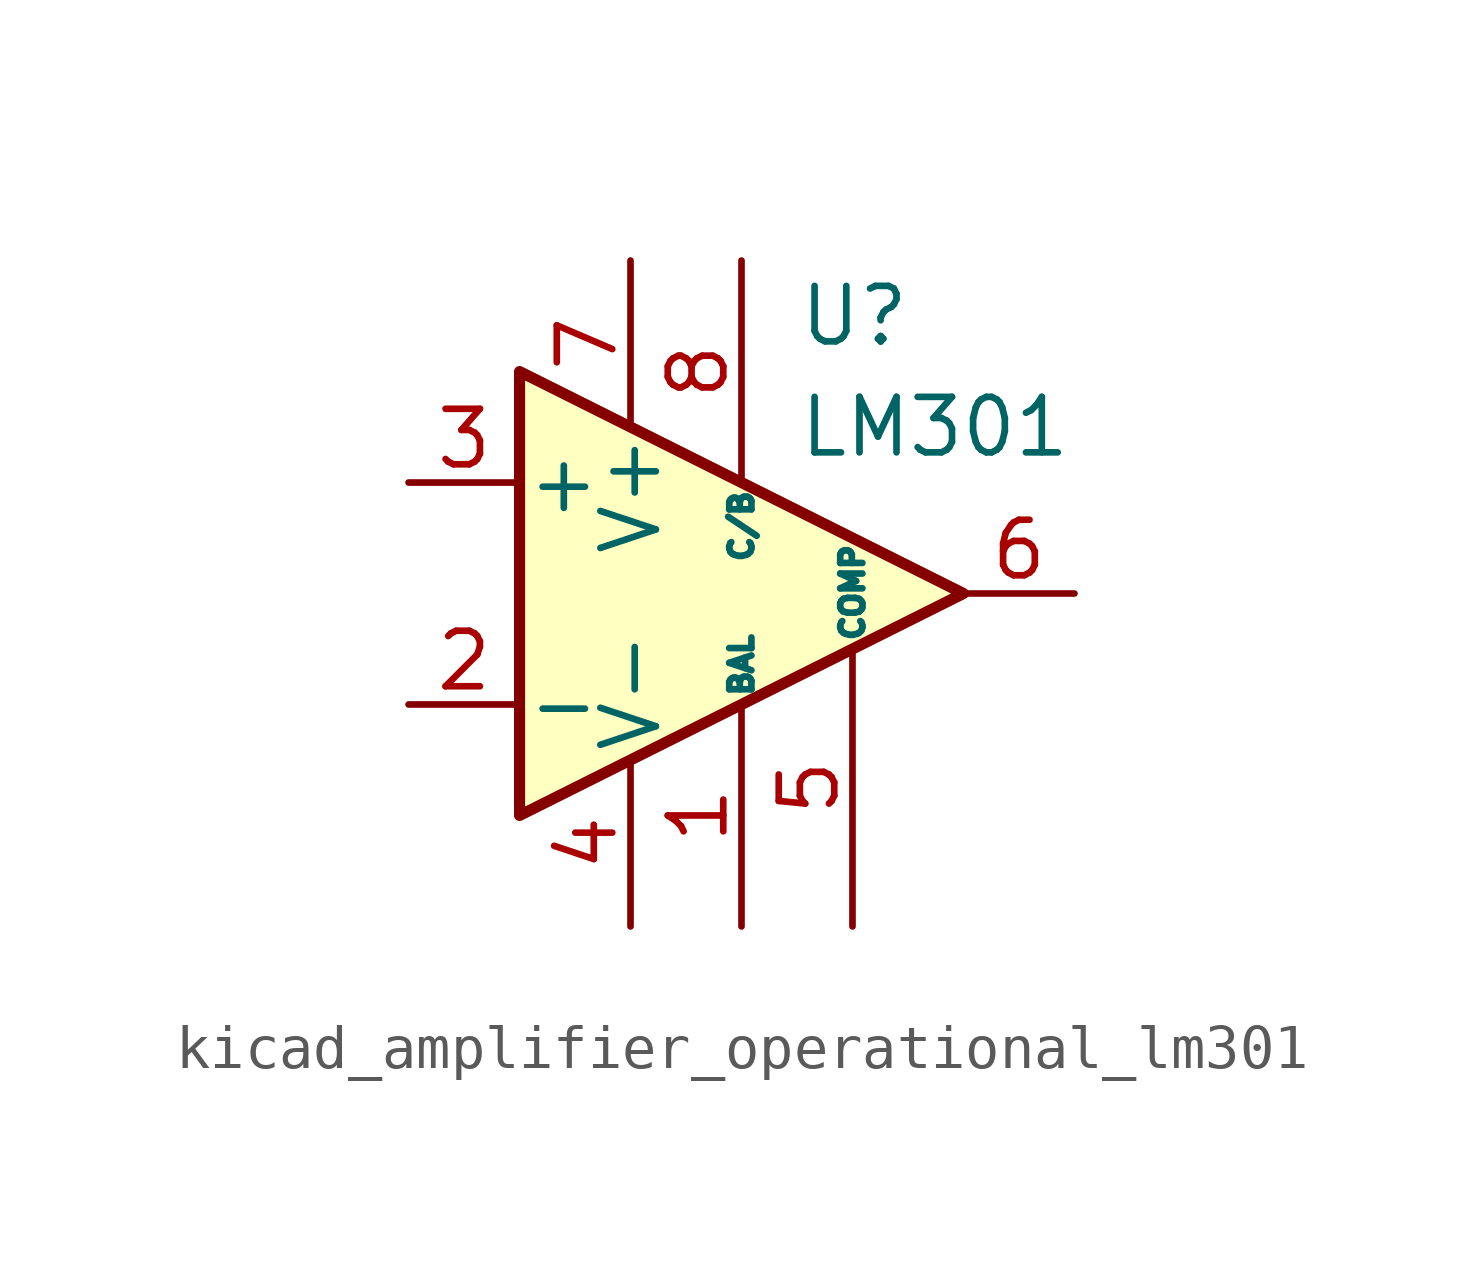
<source format=kicad_sym>
(kicad_symbol_lib
  (version 20220914)
  (generator kicad_symbol_editor)
  (symbol "kicad_amplifier_operational_lm301"
    (pin_names
      (offset 0.127))
    (property "Reference" "U"
      (at 1.27 6.35 0)
      (effects (font (size 1.27 1.27)) (justify left)))
    (property "Value" "LM301"
      (at 1.27 3.81 0)
      (effects (font (size 1.27 1.27)) (justify left)))
    (symbol "kicad_amplifier_operational_lm301_0_1"
      (polyline (pts (xy -5.08 5.08) (xy 5.08 0) (xy -5.08 -5.08) (xy -5.08 5.08)) (stroke (width 0.254) (type default)) (fill (type background))))
    (symbol "kicad_amplifier_operational_lm301_1_1"
      (pin input line (at 0 -7.62 90) (length 5.08) (name "BAL" (effects (font (size 0.508 0.508)))) (number "1" (effects (font (size 1.27 1.27)))))
      (pin input line (at -7.62 -2.54 0) (length 2.54) (name "-" (effects (font (size 1.27 1.27)))) (number "2" (effects (font (size 1.27 1.27)))))
      (pin input line (at -7.62 2.54 0) (length 2.54) (name "+" (effects (font (size 1.27 1.27)))) (number "3" (effects (font (size 1.27 1.27)))))
      (pin power_in line (at -2.54 -7.62 90) (length 3.81) (name "V-" (effects (font (size 1.27 1.27)))) (number "4" (effects (font (size 1.27 1.27)))))
      (pin input line (at 2.54 -7.62 90) (length 6.35) (name "COMP" (effects (font (size 0.508 0.508)))) (number "5" (effects (font (size 1.27 1.27)))))
      (pin output line (at 7.62 0 180) (length 2.54) (name "~" (effects (font (size 1.27 1.27)))) (number "6" (effects (font (size 1.27 1.27)))))
      (pin power_in line (at -2.54 7.62 270) (length 3.81) (name "V+" (effects (font (size 1.27 1.27)))) (number "7" (effects (font (size 1.27 1.27)))))
      (pin input line (at 0 7.62 270) (length 5.08) (name "C/B" (effects (font (size 0.508 0.508)))) (number "8" (effects (font (size 1.27 1.27))))))))
</source>
